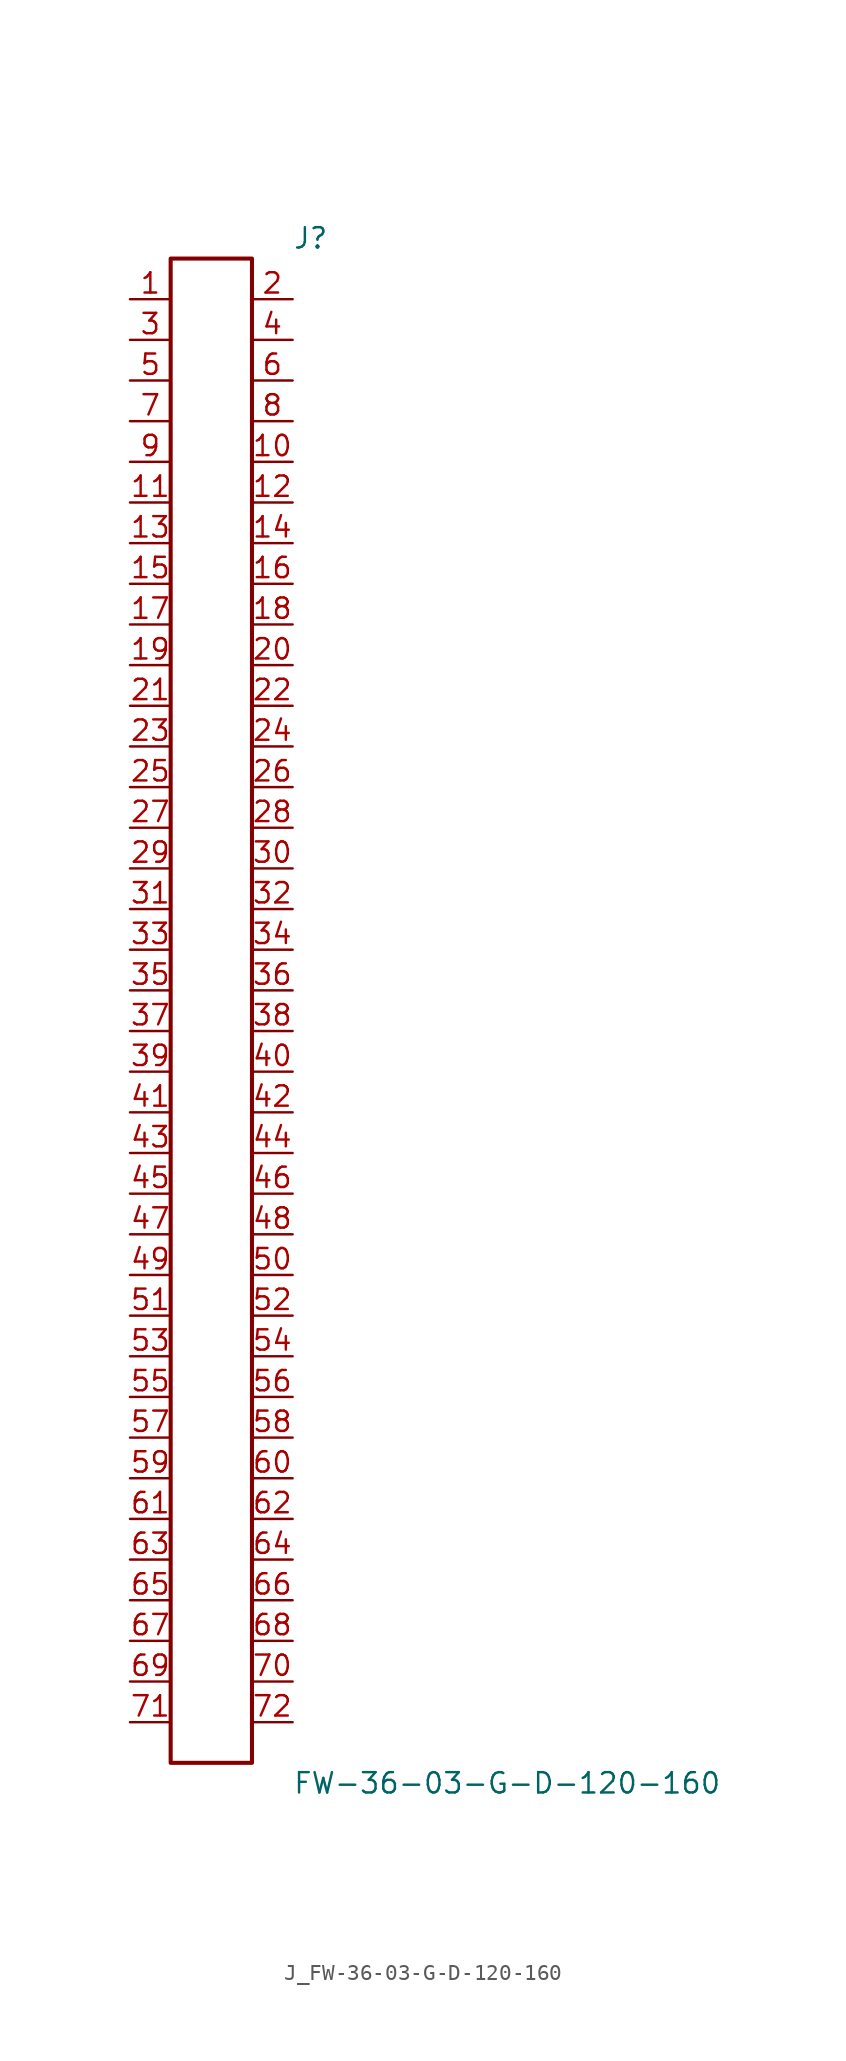
<source format=kicad_sym>
(kicad_symbol_lib
  (version 20231120)
  (generator kicad_symbol_editor)
  (generator_version 8.0)
  (symbol "J_FW-36-03-G-D-120-160"
    (pin_names
      (offset 0.254))
    (property "Reference" "J"
      (at 5.08 48.26 0)
      (effects (font (size 1.27 1.27)) (justify left)))
    (property "Value" "FW-36-03-G-D-120-160"
      (at 5.08 -48.26 0)
      (effects (font (size 1.27 1.27)) (justify left)))
    (symbol "J_FW-36-03-G-D-120-160_0_0"
      (pin passive line (at -5.08 44.45 0) (length 2.54) (name "" (effects (font (size 1.27 1.27)))) (number "1" (effects (font (size 1.27 1.27)))))
      (pin passive line (at 5.08 44.45 180) (length 2.54) (name "" (effects (font (size 1.27 1.27)))) (number "2" (effects (font (size 1.27 1.27)))))
      (pin passive line (at -5.08 41.91 0) (length 2.54) (name "" (effects (font (size 1.27 1.27)))) (number "3" (effects (font (size 1.27 1.27)))))
      (pin passive line (at 5.08 41.91 180) (length 2.54) (name "" (effects (font (size 1.27 1.27)))) (number "4" (effects (font (size 1.27 1.27)))))
      (pin passive line (at -5.08 39.37 0) (length 2.54) (name "" (effects (font (size 1.27 1.27)))) (number "5" (effects (font (size 1.27 1.27)))))
      (pin passive line (at 5.08 39.37 180) (length 2.54) (name "" (effects (font (size 1.27 1.27)))) (number "6" (effects (font (size 1.27 1.27)))))
      (pin passive line (at -5.08 36.83 0) (length 2.54) (name "" (effects (font (size 1.27 1.27)))) (number "7" (effects (font (size 1.27 1.27)))))
      (pin passive line (at 5.08 36.83 180) (length 2.54) (name "" (effects (font (size 1.27 1.27)))) (number "8" (effects (font (size 1.27 1.27)))))
      (pin passive line (at -5.08 34.29 0) (length 2.54) (name "" (effects (font (size 1.27 1.27)))) (number "9" (effects (font (size 1.27 1.27)))))
      (pin passive line (at 5.08 34.29 180) (length 2.54) (name "" (effects (font (size 1.27 1.27)))) (number "10" (effects (font (size 1.27 1.27)))))
      (pin passive line (at -5.08 31.75 0) (length 2.54) (name "" (effects (font (size 1.27 1.27)))) (number "11" (effects (font (size 1.27 1.27)))))
      (pin passive line (at 5.08 31.75 180) (length 2.54) (name "" (effects (font (size 1.27 1.27)))) (number "12" (effects (font (size 1.27 1.27)))))
      (pin passive line (at -5.08 29.21 0) (length 2.54) (name "" (effects (font (size 1.27 1.27)))) (number "13" (effects (font (size 1.27 1.27)))))
      (pin passive line (at 5.08 29.21 180) (length 2.54) (name "" (effects (font (size 1.27 1.27)))) (number "14" (effects (font (size 1.27 1.27)))))
      (pin passive line (at -5.08 26.67 0) (length 2.54) (name "" (effects (font (size 1.27 1.27)))) (number "15" (effects (font (size 1.27 1.27)))))
      (pin passive line (at 5.08 26.67 180) (length 2.54) (name "" (effects (font (size 1.27 1.27)))) (number "16" (effects (font (size 1.27 1.27)))))
      (pin passive line (at -5.08 24.13 0) (length 2.54) (name "" (effects (font (size 1.27 1.27)))) (number "17" (effects (font (size 1.27 1.27)))))
      (pin passive line (at 5.08 24.13 180) (length 2.54) (name "" (effects (font (size 1.27 1.27)))) (number "18" (effects (font (size 1.27 1.27)))))
      (pin passive line (at -5.08 21.59 0) (length 2.54) (name "" (effects (font (size 1.27 1.27)))) (number "19" (effects (font (size 1.27 1.27)))))
      (pin passive line (at 5.08 21.59 180) (length 2.54) (name "" (effects (font (size 1.27 1.27)))) (number "20" (effects (font (size 1.27 1.27)))))
      (pin passive line (at -5.08 19.05 0) (length 2.54) (name "" (effects (font (size 1.27 1.27)))) (number "21" (effects (font (size 1.27 1.27)))))
      (pin passive line (at 5.08 19.05 180) (length 2.54) (name "" (effects (font (size 1.27 1.27)))) (number "22" (effects (font (size 1.27 1.27)))))
      (pin passive line (at -5.08 16.51 0) (length 2.54) (name "" (effects (font (size 1.27 1.27)))) (number "23" (effects (font (size 1.27 1.27)))))
      (pin passive line (at 5.08 16.51 180) (length 2.54) (name "" (effects (font (size 1.27 1.27)))) (number "24" (effects (font (size 1.27 1.27)))))
      (pin passive line (at -5.08 13.97 0) (length 2.54) (name "" (effects (font (size 1.27 1.27)))) (number "25" (effects (font (size 1.27 1.27)))))
      (pin passive line (at 5.08 13.97 180) (length 2.54) (name "" (effects (font (size 1.27 1.27)))) (number "26" (effects (font (size 1.27 1.27)))))
      (pin passive line (at -5.08 11.43 0) (length 2.54) (name "" (effects (font (size 1.27 1.27)))) (number "27" (effects (font (size 1.27 1.27)))))
      (pin passive line (at 5.08 11.43 180) (length 2.54) (name "" (effects (font (size 1.27 1.27)))) (number "28" (effects (font (size 1.27 1.27)))))
      (pin passive line (at -5.08 8.89 0) (length 2.54) (name "" (effects (font (size 1.27 1.27)))) (number "29" (effects (font (size 1.27 1.27)))))
      (pin passive line (at 5.08 8.89 180) (length 2.54) (name "" (effects (font (size 1.27 1.27)))) (number "30" (effects (font (size 1.27 1.27)))))
      (pin passive line (at -5.08 6.35 0) (length 2.54) (name "" (effects (font (size 1.27 1.27)))) (number "31" (effects (font (size 1.27 1.27)))))
      (pin passive line (at 5.08 6.35 180) (length 2.54) (name "" (effects (font (size 1.27 1.27)))) (number "32" (effects (font (size 1.27 1.27)))))
      (pin passive line (at -5.08 3.81 0) (length 2.54) (name "" (effects (font (size 1.27 1.27)))) (number "33" (effects (font (size 1.27 1.27)))))
      (pin passive line (at 5.08 3.81 180) (length 2.54) (name "" (effects (font (size 1.27 1.27)))) (number "34" (effects (font (size 1.27 1.27)))))
      (pin passive line (at -5.08 1.27 0) (length 2.54) (name "" (effects (font (size 1.27 1.27)))) (number "35" (effects (font (size 1.27 1.27)))))
      (pin passive line (at 5.08 1.27 180) (length 2.54) (name "" (effects (font (size 1.27 1.27)))) (number "36" (effects (font (size 1.27 1.27)))))
      (pin passive line (at -5.08 -1.27 0) (length 2.54) (name "" (effects (font (size 1.27 1.27)))) (number "37" (effects (font (size 1.27 1.27)))))
      (pin passive line (at 5.08 -1.27 180) (length 2.54) (name "" (effects (font (size 1.27 1.27)))) (number "38" (effects (font (size 1.27 1.27)))))
      (pin passive line (at -5.08 -3.81 0) (length 2.54) (name "" (effects (font (size 1.27 1.27)))) (number "39" (effects (font (size 1.27 1.27)))))
      (pin passive line (at 5.08 -3.81 180) (length 2.54) (name "" (effects (font (size 1.27 1.27)))) (number "40" (effects (font (size 1.27 1.27)))))
      (pin passive line (at -5.08 -6.35 0) (length 2.54) (name "" (effects (font (size 1.27 1.27)))) (number "41" (effects (font (size 1.27 1.27)))))
      (pin passive line (at 5.08 -6.35 180) (length 2.54) (name "" (effects (font (size 1.27 1.27)))) (number "42" (effects (font (size 1.27 1.27)))))
      (pin passive line (at -5.08 -8.89 0) (length 2.54) (name "" (effects (font (size 1.27 1.27)))) (number "43" (effects (font (size 1.27 1.27)))))
      (pin passive line (at 5.08 -8.89 180) (length 2.54) (name "" (effects (font (size 1.27 1.27)))) (number "44" (effects (font (size 1.27 1.27)))))
      (pin passive line (at -5.08 -11.43 0) (length 2.54) (name "" (effects (font (size 1.27 1.27)))) (number "45" (effects (font (size 1.27 1.27)))))
      (pin passive line (at 5.08 -11.43 180) (length 2.54) (name "" (effects (font (size 1.27 1.27)))) (number "46" (effects (font (size 1.27 1.27)))))
      (pin passive line (at -5.08 -13.97 0) (length 2.54) (name "" (effects (font (size 1.27 1.27)))) (number "47" (effects (font (size 1.27 1.27)))))
      (pin passive line (at 5.08 -13.97 180) (length 2.54) (name "" (effects (font (size 1.27 1.27)))) (number "48" (effects (font (size 1.27 1.27)))))
      (pin passive line (at -5.08 -16.51 0) (length 2.54) (name "" (effects (font (size 1.27 1.27)))) (number "49" (effects (font (size 1.27 1.27)))))
      (pin passive line (at 5.08 -16.51 180) (length 2.54) (name "" (effects (font (size 1.27 1.27)))) (number "50" (effects (font (size 1.27 1.27)))))
      (pin passive line (at -5.08 -19.05 0) (length 2.54) (name "" (effects (font (size 1.27 1.27)))) (number "51" (effects (font (size 1.27 1.27)))))
      (pin passive line (at 5.08 -19.05 180) (length 2.54) (name "" (effects (font (size 1.27 1.27)))) (number "52" (effects (font (size 1.27 1.27)))))
      (pin passive line (at -5.08 -21.59 0) (length 2.54) (name "" (effects (font (size 1.27 1.27)))) (number "53" (effects (font (size 1.27 1.27)))))
      (pin passive line (at 5.08 -21.59 180) (length 2.54) (name "" (effects (font (size 1.27 1.27)))) (number "54" (effects (font (size 1.27 1.27)))))
      (pin passive line (at -5.08 -24.13 0) (length 2.54) (name "" (effects (font (size 1.27 1.27)))) (number "55" (effects (font (size 1.27 1.27)))))
      (pin passive line (at 5.08 -24.13 180) (length 2.54) (name "" (effects (font (size 1.27 1.27)))) (number "56" (effects (font (size 1.27 1.27)))))
      (pin passive line (at -5.08 -26.67 0) (length 2.54) (name "" (effects (font (size 1.27 1.27)))) (number "57" (effects (font (size 1.27 1.27)))))
      (pin passive line (at 5.08 -26.67 180) (length 2.54) (name "" (effects (font (size 1.27 1.27)))) (number "58" (effects (font (size 1.27 1.27)))))
      (pin passive line (at -5.08 -29.21 0) (length 2.54) (name "" (effects (font (size 1.27 1.27)))) (number "59" (effects (font (size 1.27 1.27)))))
      (pin passive line (at 5.08 -29.21 180) (length 2.54) (name "" (effects (font (size 1.27 1.27)))) (number "60" (effects (font (size 1.27 1.27)))))
      (pin passive line (at -5.08 -31.75 0) (length 2.54) (name "" (effects (font (size 1.27 1.27)))) (number "61" (effects (font (size 1.27 1.27)))))
      (pin passive line (at 5.08 -31.75 180) (length 2.54) (name "" (effects (font (size 1.27 1.27)))) (number "62" (effects (font (size 1.27 1.27)))))
      (pin passive line (at -5.08 -34.29 0) (length 2.54) (name "" (effects (font (size 1.27 1.27)))) (number "63" (effects (font (size 1.27 1.27)))))
      (pin passive line (at 5.08 -34.29 180) (length 2.54) (name "" (effects (font (size 1.27 1.27)))) (number "64" (effects (font (size 1.27 1.27)))))
      (pin passive line (at -5.08 -36.83 0) (length 2.54) (name "" (effects (font (size 1.27 1.27)))) (number "65" (effects (font (size 1.27 1.27)))))
      (pin passive line (at 5.08 -36.83 180) (length 2.54) (name "" (effects (font (size 1.27 1.27)))) (number "66" (effects (font (size 1.27 1.27)))))
      (pin passive line (at -5.08 -39.37 0) (length 2.54) (name "" (effects (font (size 1.27 1.27)))) (number "67" (effects (font (size 1.27 1.27)))))
      (pin passive line (at 5.08 -39.37 180) (length 2.54) (name "" (effects (font (size 1.27 1.27)))) (number "68" (effects (font (size 1.27 1.27)))))
      (pin passive line (at -5.08 -41.91 0) (length 2.54) (name "" (effects (font (size 1.27 1.27)))) (number "69" (effects (font (size 1.27 1.27)))))
      (pin passive line (at 5.08 -41.91 180) (length 2.54) (name "" (effects (font (size 1.27 1.27)))) (number "70" (effects (font (size 1.27 1.27)))))
      (pin passive line (at -5.08 -44.45 0) (length 2.54) (name "" (effects (font (size 1.27 1.27)))) (number "71" (effects (font (size 1.27 1.27)))))
      (pin passive line (at 5.08 -44.45 180) (length 2.54) (name "" (effects (font (size 1.27 1.27)))) (number "72" (effects (font (size 1.27 1.27))))))
    (symbol "J_FW-36-03-G-D-120-160_1_0"
      (rectangle (start -2.54 46.99) (end 2.54 -46.99) (stroke (width 0.254) (type solid)) (fill (type none))))))
</source>
